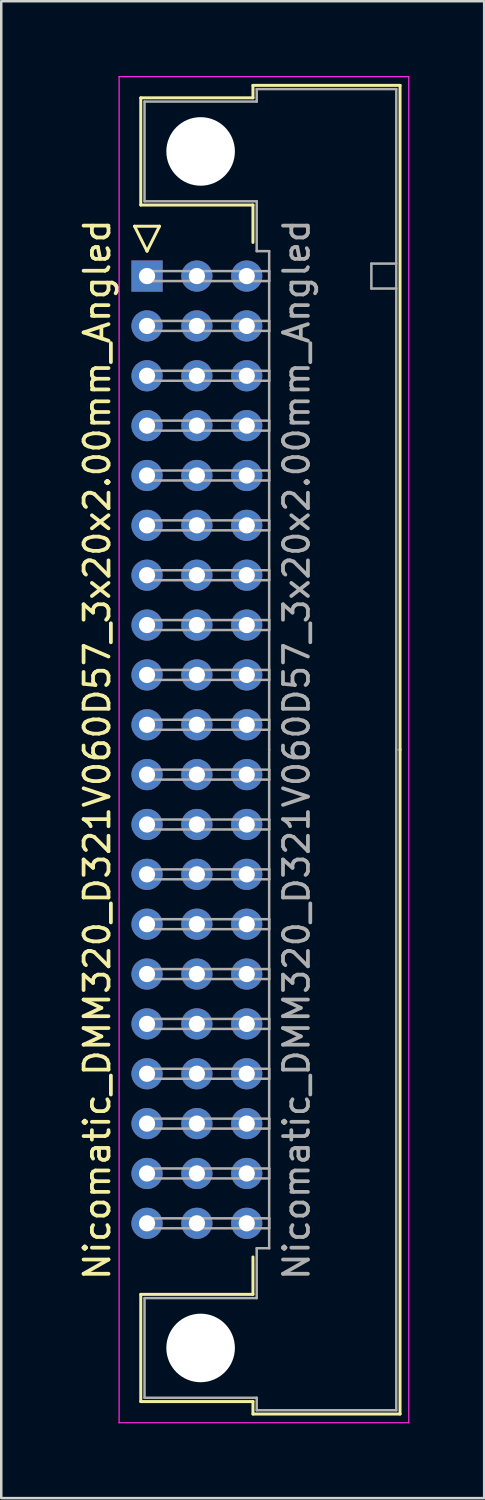
<source format=kicad_pcb>
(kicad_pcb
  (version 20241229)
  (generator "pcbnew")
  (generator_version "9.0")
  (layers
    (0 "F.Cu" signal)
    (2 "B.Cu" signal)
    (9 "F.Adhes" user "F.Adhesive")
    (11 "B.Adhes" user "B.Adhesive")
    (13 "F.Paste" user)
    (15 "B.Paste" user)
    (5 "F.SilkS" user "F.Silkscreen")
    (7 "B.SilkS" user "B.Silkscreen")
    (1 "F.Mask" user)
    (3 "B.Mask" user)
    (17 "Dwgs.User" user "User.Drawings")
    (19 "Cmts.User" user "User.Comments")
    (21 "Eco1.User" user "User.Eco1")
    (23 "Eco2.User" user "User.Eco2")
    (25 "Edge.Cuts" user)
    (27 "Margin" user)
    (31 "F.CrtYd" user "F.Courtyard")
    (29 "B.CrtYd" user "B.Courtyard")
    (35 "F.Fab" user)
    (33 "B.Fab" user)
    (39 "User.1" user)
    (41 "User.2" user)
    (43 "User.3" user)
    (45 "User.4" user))
  (footprint "Nicomatic_DMM320_D321V060D57_3x20x2.00mm_Angled"
    (layer "F.Cu")
    (at 2.848 8.025)
    (property "Reference" "Nicomatic_DMM320_D321V060D57_3x20x2.00mm_Angled" (at -2 19 90) (layer "F.SilkS") (effects (font (size 1 1) (thickness 0.15))))
    (attr through_hole)
    (fp_line (start -0.5 -2) (end 0 -1) (stroke (width 0.12) (type solid)) (layer "F.SilkS"))
    (fp_line (start -0.25 -7.15) (end -0.25 -2.85) (stroke (width 0.12) (type solid)) (layer "F.SilkS"))
    (fp_line (start -0.25 -2.85) (end 4.25 -2.85) (stroke (width 0.12) (type solid)) (layer "F.SilkS"))
    (fp_line (start -0.25 40.85) (end 4.25 40.85) (stroke (width 0.12) (type solid)) (layer "F.SilkS"))
    (fp_line (start -0.25 45.15) (end -0.25 40.85) (stroke (width 0.12) (type solid)) (layer "F.SilkS"))
    (fp_line (start 0 -1) (end 0.5 -2) (stroke (width 0.12) (type solid)) (layer "F.SilkS"))
    (fp_line (start 0.5 -2) (end -0.5 -2) (stroke (width 0.12) (type solid)) (layer "F.SilkS"))
    (fp_line (start 4.25 -7.65) (end 4.25 -7.15) (stroke (width 0.12) (type solid)) (layer "F.SilkS"))
    (fp_line (start 4.25 -7.15) (end -0.25 -7.15) (stroke (width 0.12) (type solid)) (layer "F.SilkS"))
    (fp_line (start 4.25 -2.85) (end 4.25 -1.35) (stroke (width 0.12) (type solid)) (layer "F.SilkS"))
    (fp_line (start 4.25 40.85) (end 4.25 39.35) (stroke (width 0.12) (type solid)) (layer "F.SilkS"))
    (fp_line (start 4.25 45.15) (end -0.25 45.15) (stroke (width 0.12) (type solid)) (layer "F.SilkS"))
    (fp_line (start 4.25 45.65) (end 4.25 45.15) (stroke (width 0.12) (type solid)) (layer "F.SilkS"))
    (fp_line (start 10.15 -7.65) (end 4.25 -7.65) (stroke (width 0.12) (type solid)) (layer "F.SilkS"))
    (fp_line (start 10.15 19) (end 10.15 -7.65) (stroke (width 0.12) (type solid)) (layer "F.SilkS"))
    (fp_line (start 10.15 19) (end 10.15 45.65) (stroke (width 0.12) (type solid)) (layer "F.SilkS"))
    (fp_line (start 10.15 45.65) (end 4.25 45.65) (stroke (width 0.12) (type solid)) (layer "F.SilkS"))
    (fp_line (start -1.12 -8) (end -1.12 46) (stroke (width 0.05) (type solid)) (layer "F.CrtYd"))
    (fp_line (start -1.12 46) (end 10.5 46) (stroke (width 0.05) (type solid)) (layer "F.CrtYd"))
    (fp_line (start 10.5 -8) (end -1.12 -8) (stroke (width 0.05) (type solid)) (layer "F.CrtYd"))
    (fp_line (start 10.5 46) (end 10.5 -8) (stroke (width 0.05) (type solid)) (layer "F.CrtYd"))
    (fp_line (start -0.1 -7) (end -0.1 -3) (stroke (width 0.1) (type solid)) (layer "F.Fab"))
    (fp_line (start -0.1 -3) (end 4.4 -3) (stroke (width 0.1) (type solid)) (layer "F.Fab"))
    (fp_line (start -0.1 41) (end 4.4 41) (stroke (width 0.1) (type solid)) (layer "F.Fab"))
    (fp_line (start -0.1 45) (end -0.1 41) (stroke (width 0.1) (type solid)) (layer "F.Fab"))
    (fp_line (start 0 -0.2) (end 0 0.2) (stroke (width 0.1) (type solid)) (layer "F.Fab"))
    (fp_line (start 0 0.2) (end 4.9 0.2) (stroke (width 0.1) (type solid)) (layer "F.Fab"))
    (fp_line (start 0 1.8) (end 0 2.2) (stroke (width 0.1) (type solid)) (layer "F.Fab"))
    (fp_line (start 0 2.2) (end 4.9 2.2) (stroke (width 0.1) (type solid)) (layer "F.Fab"))
    (fp_line (start 0 3.8) (end 0 4.2) (stroke (width 0.1) (type solid)) (layer "F.Fab"))
    (fp_line (start 0 4.2) (end 4.9 4.2) (stroke (width 0.1) (type solid)) (layer "F.Fab"))
    (fp_line (start 0 5.8) (end 0 6.2) (stroke (width 0.1) (type solid)) (layer "F.Fab"))
    (fp_line (start 0 6.2) (end 4.9 6.2) (stroke (width 0.1) (type solid)) (layer "F.Fab"))
    (fp_line (start 0 7.8) (end 0 8.2) (stroke (width 0.1) (type solid)) (layer "F.Fab"))
    (fp_line (start 0 8.2) (end 4.9 8.2) (stroke (width 0.1) (type solid)) (layer "F.Fab"))
    (fp_line (start 0 9.8) (end 0 10.2) (stroke (width 0.1) (type solid)) (layer "F.Fab"))
    (fp_line (start 0 10.2) (end 4.9 10.2) (stroke (width 0.1) (type solid)) (layer "F.Fab"))
    (fp_line (start 0 11.8) (end 0 12.2) (stroke (width 0.1) (type solid)) (layer "F.Fab"))
    (fp_line (start 0 12.2) (end 4.9 12.2) (stroke (width 0.1) (type solid)) (layer "F.Fab"))
    (fp_line (start 0 13.8) (end 0 14.2) (stroke (width 0.1) (type solid)) (layer "F.Fab"))
    (fp_line (start 0 14.2) (end 4.9 14.2) (stroke (width 0.1) (type solid)) (layer "F.Fab"))
    (fp_line (start 0 15.8) (end 0 16.2) (stroke (width 0.1) (type solid)) (layer "F.Fab"))
    (fp_line (start 0 16.2) (end 4.9 16.2) (stroke (width 0.1) (type solid)) (layer "F.Fab"))
    (fp_line (start 0 17.8) (end 0 18.2) (stroke (width 0.1) (type solid)) (layer "F.Fab"))
    (fp_line (start 0 18.2) (end 4.9 18.2) (stroke (width 0.1) (type solid)) (layer "F.Fab"))
    (fp_line (start 0 19.8) (end 0 20.2) (stroke (width 0.1) (type solid)) (layer "F.Fab"))
    (fp_line (start 0 20.2) (end 4.9 20.2) (stroke (width 0.1) (type solid)) (layer "F.Fab"))
    (fp_line (start 0 21.8) (end 0 22.2) (stroke (width 0.1) (type solid)) (layer "F.Fab"))
    (fp_line (start 0 22.2) (end 4.9 22.2) (stroke (width 0.1) (type solid)) (layer "F.Fab"))
    (fp_line (start 0 23.8) (end 0 24.2) (stroke (width 0.1) (type solid)) (layer "F.Fab"))
    (fp_line (start 0 24.2) (end 4.9 24.2) (stroke (width 0.1) (type solid)) (layer "F.Fab"))
    (fp_line (start 0 25.8) (end 0 26.2) (stroke (width 0.1) (type solid)) (layer "F.Fab"))
    (fp_line (start 0 26.2) (end 4.9 26.2) (stroke (width 0.1) (type solid)) (layer "F.Fab"))
    (fp_line (start 0 27.8) (end 0 28.2) (stroke (width 0.1) (type solid)) (layer "F.Fab"))
    (fp_line (start 0 28.2) (end 4.9 28.2) (stroke (width 0.1) (type solid)) (layer "F.Fab"))
    (fp_line (start 0 29.8) (end 0 30.2) (stroke (width 0.1) (type solid)) (layer "F.Fab"))
    (fp_line (start 0 30.2) (end 4.9 30.2) (stroke (width 0.1) (type solid)) (layer "F.Fab"))
    (fp_line (start 0 31.8) (end 0 32.2) (stroke (width 0.1) (type solid)) (layer "F.Fab"))
    (fp_line (start 0 32.2) (end 4.9 32.2) (stroke (width 0.1) (type solid)) (layer "F.Fab"))
    (fp_line (start 0 33.8) (end 0 34.2) (stroke (width 0.1) (type solid)) (layer "F.Fab"))
    (fp_line (start 0 34.2) (end 4.9 34.2) (stroke (width 0.1) (type solid)) (layer "F.Fab"))
    (fp_line (start 0 35.8) (end 0 36.2) (stroke (width 0.1) (type solid)) (layer "F.Fab"))
    (fp_line (start 0 36.2) (end 4.9 36.2) (stroke (width 0.1) (type solid)) (layer "F.Fab"))
    (fp_line (start 0 37.8) (end 0 38.2) (stroke (width 0.1) (type solid)) (layer "F.Fab"))
    (fp_line (start 0 38.2) (end 4.9 38.2) (stroke (width 0.1) (type solid)) (layer "F.Fab"))
    (fp_line (start 4.4 -7.5) (end 4.4 -7) (stroke (width 0.1) (type solid)) (layer "F.Fab"))
    (fp_line (start 4.4 -7) (end -0.1 -7) (stroke (width 0.1) (type solid)) (layer "F.Fab"))
    (fp_line (start 4.4 -3) (end 4.4 -1) (stroke (width 0.1) (type solid)) (layer "F.Fab"))
    (fp_line (start 4.4 -1) (end 4.9 -1) (stroke (width 0.1) (type solid)) (layer "F.Fab"))
    (fp_line (start 4.4 39) (end 4.9 39) (stroke (width 0.1) (type solid)) (layer "F.Fab"))
    (fp_line (start 4.4 41) (end 4.4 39) (stroke (width 0.1) (type solid)) (layer "F.Fab"))
    (fp_line (start 4.4 45) (end -0.1 45) (stroke (width 0.1) (type solid)) (layer "F.Fab"))
    (fp_line (start 4.4 45.5) (end 4.4 45) (stroke (width 0.1) (type solid)) (layer "F.Fab"))
    (fp_line (start 4.9 -1) (end 4.9 19) (stroke (width 0.1) (type solid)) (layer "F.Fab"))
    (fp_line (start 4.9 -0.2) (end 0 -0.2) (stroke (width 0.1) (type solid)) (layer "F.Fab"))
    (fp_line (start 4.9 0.2) (end 4.9 -0.2) (stroke (width 0.1) (type solid)) (layer "F.Fab"))
    (fp_line (start 4.9 1.8) (end 0 1.8) (stroke (width 0.1) (type solid)) (layer "F.Fab"))
    (fp_line (start 4.9 2.2) (end 4.9 1.8) (stroke (width 0.1) (type solid)) (layer "F.Fab"))
    (fp_line (start 4.9 3.8) (end 0 3.8) (stroke (width 0.1) (type solid)) (layer "F.Fab"))
    (fp_line (start 4.9 4.2) (end 4.9 3.8) (stroke (width 0.1) (type solid)) (layer "F.Fab"))
    (fp_line (start 4.9 5.8) (end 0 5.8) (stroke (width 0.1) (type solid)) (layer "F.Fab"))
    (fp_line (start 4.9 6.2) (end 4.9 5.8) (stroke (width 0.1) (type solid)) (layer "F.Fab"))
    (fp_line (start 4.9 7.8) (end 0 7.8) (stroke (width 0.1) (type solid)) (layer "F.Fab"))
    (fp_line (start 4.9 8.2) (end 4.9 7.8) (stroke (width 0.1) (type solid)) (layer "F.Fab"))
    (fp_line (start 4.9 9.8) (end 0 9.8) (stroke (width 0.1) (type solid)) (layer "F.Fab"))
    (fp_line (start 4.9 10.2) (end 4.9 9.8) (stroke (width 0.1) (type solid)) (layer "F.Fab"))
    (fp_line (start 4.9 11.8) (end 0 11.8) (stroke (width 0.1) (type solid)) (layer "F.Fab"))
    (fp_line (start 4.9 12.2) (end 4.9 11.8) (stroke (width 0.1) (type solid)) (layer "F.Fab"))
    (fp_line (start 4.9 13.8) (end 0 13.8) (stroke (width 0.1) (type solid)) (layer "F.Fab"))
    (fp_line (start 4.9 14.2) (end 4.9 13.8) (stroke (width 0.1) (type solid)) (layer "F.Fab"))
    (fp_line (start 4.9 15.8) (end 0 15.8) (stroke (width 0.1) (type solid)) (layer "F.Fab"))
    (fp_line (start 4.9 16.2) (end 4.9 15.8) (stroke (width 0.1) (type solid)) (layer "F.Fab"))
    (fp_line (start 4.9 17.8) (end 0 17.8) (stroke (width 0.1) (type solid)) (layer "F.Fab"))
    (fp_line (start 4.9 18.2) (end 4.9 17.8) (stroke (width 0.1) (type solid)) (layer "F.Fab"))
    (fp_line (start 4.9 19.8) (end 0 19.8) (stroke (width 0.1) (type solid)) (layer "F.Fab"))
    (fp_line (start 4.9 20.2) (end 4.9 19.8) (stroke (width 0.1) (type solid)) (layer "F.Fab"))
    (fp_line (start 4.9 21.8) (end 0 21.8) (stroke (width 0.1) (type solid)) (layer "F.Fab"))
    (fp_line (start 4.9 22.2) (end 4.9 21.8) (stroke (width 0.1) (type solid)) (layer "F.Fab"))
    (fp_line (start 4.9 23.8) (end 0 23.8) (stroke (width 0.1) (type solid)) (layer "F.Fab"))
    (fp_line (start 4.9 24.2) (end 4.9 23.8) (stroke (width 0.1) (type solid)) (layer "F.Fab"))
    (fp_line (start 4.9 25.8) (end 0 25.8) (stroke (width 0.1) (type solid)) (layer "F.Fab"))
    (fp_line (start 4.9 26.2) (end 4.9 25.8) (stroke (width 0.1) (type solid)) (layer "F.Fab"))
    (fp_line (start 4.9 27.8) (end 0 27.8) (stroke (width 0.1) (type solid)) (layer "F.Fab"))
    (fp_line (start 4.9 28.2) (end 4.9 27.8) (stroke (width 0.1) (type solid)) (layer "F.Fab"))
    (fp_line (start 4.9 29.8) (end 0 29.8) (stroke (width 0.1) (type solid)) (layer "F.Fab"))
    (fp_line (start 4.9 30.2) (end 4.9 29.8) (stroke (width 0.1) (type solid)) (layer "F.Fab"))
    (fp_line (start 4.9 31.8) (end 0 31.8) (stroke (width 0.1) (type solid)) (layer "F.Fab"))
    (fp_line (start 4.9 32.2) (end 4.9 31.8) (stroke (width 0.1) (type solid)) (layer "F.Fab"))
    (fp_line (start 4.9 33.8) (end 0 33.8) (stroke (width 0.1) (type solid)) (layer "F.Fab"))
    (fp_line (start 4.9 34.2) (end 4.9 33.8) (stroke (width 0.1) (type solid)) (layer "F.Fab"))
    (fp_line (start 4.9 35.8) (end 0 35.8) (stroke (width 0.1) (type solid)) (layer "F.Fab"))
    (fp_line (start 4.9 36.2) (end 4.9 35.8) (stroke (width 0.1) (type solid)) (layer "F.Fab"))
    (fp_line (start 4.9 37.8) (end 0 37.8) (stroke (width 0.1) (type solid)) (layer "F.Fab"))
    (fp_line (start 4.9 38.2) (end 4.9 37.8) (stroke (width 0.1) (type solid)) (layer "F.Fab"))
    (fp_line (start 4.9 39) (end 4.9 19) (stroke (width 0.1) (type solid)) (layer "F.Fab"))
    (fp_line (start 9 -0.5) (end 9 0.5) (stroke (width 0.1) (type solid)) (layer "F.Fab"))
    (fp_line (start 9 0.5) (end 10 0.5) (stroke (width 0.1) (type solid)) (layer "F.Fab"))
    (fp_line (start 10 -7.5) (end 4.4 -7.5) (stroke (width 0.1) (type solid)) (layer "F.Fab"))
    (fp_line (start 10 -0.5) (end 9 -0.5) (stroke (width 0.1) (type solid)) (layer "F.Fab"))
    (fp_line (start 10 19) (end 10 -7.5) (stroke (width 0.1) (type solid)) (layer "F.Fab"))
    (fp_line (start 10 19) (end 10 45.5) (stroke (width 0.1) (type solid)) (layer "F.Fab"))
    (fp_line (start 10 45.5) (end 4.4 45.5) (stroke (width 0.1) (type solid)) (layer "F.Fab"))
    (fp_text user "${REFERENCE}" (at 6 19 90) (layer "F.Fab") (effects (font (size 1 1) (thickness 0.15))))
    (pad "" np_thru_hole circle (at 2.15 -5) (size 2.75 2.75) (drill 2.75) (layers "*.Cu" "*.Mask"))
    (pad "" np_thru_hole circle (at 2.15 43) (size 2.75 2.75) (drill 2.75) (layers "*.Cu" "*.Mask"))
    (pad "1" thru_hole rect (at 0 0) (size 1.25 1.25) (drill 0.65) (layers "*.Cu" "*.Mask"))
    (pad "2" thru_hole oval (at 0 2) (size 1.25 1.25) (drill 0.65) (layers "*.Cu" "*.Mask"))
    (pad "3" thru_hole oval (at 0 4) (size 1.25 1.25) (drill 0.65) (layers "*.Cu" "*.Mask"))
    (pad "4" thru_hole oval (at 0 6) (size 1.25 1.25) (drill 0.65) (layers "*.Cu" "*.Mask"))
    (pad "5" thru_hole oval (at 0 8) (size 1.25 1.25) (drill 0.65) (layers "*.Cu" "*.Mask"))
    (pad "6" thru_hole oval (at 0 10) (size 1.25 1.25) (drill 0.65) (layers "*.Cu" "*.Mask"))
    (pad "7" thru_hole oval (at 0 12) (size 1.25 1.25) (drill 0.65) (layers "*.Cu" "*.Mask"))
    (pad "8" thru_hole oval (at 0 14) (size 1.25 1.25) (drill 0.65) (layers "*.Cu" "*.Mask"))
    (pad "9" thru_hole oval (at 0 16) (size 1.25 1.25) (drill 0.65) (layers "*.Cu" "*.Mask"))
    (pad "10" thru_hole oval (at 0 18) (size 1.25 1.25) (drill 0.65) (layers "*.Cu" "*.Mask"))
    (pad "11" thru_hole oval (at 0 20) (size 1.25 1.25) (drill 0.65) (layers "*.Cu" "*.Mask"))
    (pad "12" thru_hole oval (at 0 22) (size 1.25 1.25) (drill 0.65) (layers "*.Cu" "*.Mask"))
    (pad "13" thru_hole oval (at 0 24) (size 1.25 1.25) (drill 0.65) (layers "*.Cu" "*.Mask"))
    (pad "14" thru_hole oval (at 0 26) (size 1.25 1.25) (drill 0.65) (layers "*.Cu" "*.Mask"))
    (pad "15" thru_hole oval (at 0 28) (size 1.25 1.25) (drill 0.65) (layers "*.Cu" "*.Mask"))
    (pad "16" thru_hole oval (at 0 30) (size 1.25 1.25) (drill 0.65) (layers "*.Cu" "*.Mask"))
    (pad "17" thru_hole oval (at 0 32) (size 1.25 1.25) (drill 0.65) (layers "*.Cu" "*.Mask"))
    (pad "18" thru_hole oval (at 0 34) (size 1.25 1.25) (drill 0.65) (layers "*.Cu" "*.Mask"))
    (pad "19" thru_hole oval (at 0 36) (size 1.25 1.25) (drill 0.65) (layers "*.Cu" "*.Mask"))
    (pad "20" thru_hole oval (at 0 38) (size 1.25 1.25) (drill 0.65) (layers "*.Cu" "*.Mask"))
    (pad "21" thru_hole oval (at 2 0) (size 1.25 1.25) (drill 0.65) (layers "*.Cu" "*.Mask"))
    (pad "22" thru_hole oval (at 2 2) (size 1.25 1.25) (drill 0.65) (layers "*.Cu" "*.Mask"))
    (pad "23" thru_hole oval (at 2 4) (size 1.25 1.25) (drill 0.65) (layers "*.Cu" "*.Mask"))
    (pad "24" thru_hole oval (at 2 6) (size 1.25 1.25) (drill 0.65) (layers "*.Cu" "*.Mask"))
    (pad "25" thru_hole oval (at 2 8) (size 1.25 1.25) (drill 0.65) (layers "*.Cu" "*.Mask"))
    (pad "26" thru_hole oval (at 2 10) (size 1.25 1.25) (drill 0.65) (layers "*.Cu" "*.Mask"))
    (pad "27" thru_hole oval (at 2 12) (size 1.25 1.25) (drill 0.65) (layers "*.Cu" "*.Mask"))
    (pad "28" thru_hole oval (at 2 14) (size 1.25 1.25) (drill 0.65) (layers "*.Cu" "*.Mask"))
    (pad "29" thru_hole oval (at 2 16) (size 1.25 1.25) (drill 0.65) (layers "*.Cu" "*.Mask"))
    (pad "30" thru_hole oval (at 2 18) (size 1.25 1.25) (drill 0.65) (layers "*.Cu" "*.Mask"))
    (pad "31" thru_hole oval (at 2 20) (size 1.25 1.25) (drill 0.65) (layers "*.Cu" "*.Mask"))
    (pad "32" thru_hole oval (at 2 22) (size 1.25 1.25) (drill 0.65) (layers "*.Cu" "*.Mask"))
    (pad "33" thru_hole oval (at 2 24) (size 1.25 1.25) (drill 0.65) (layers "*.Cu" "*.Mask"))
    (pad "34" thru_hole oval (at 2 26) (size 1.25 1.25) (drill 0.65) (layers "*.Cu" "*.Mask"))
    (pad "35" thru_hole oval (at 2 28) (size 1.25 1.25) (drill 0.65) (layers "*.Cu" "*.Mask"))
    (pad "36" thru_hole oval (at 2 30) (size 1.25 1.25) (drill 0.65) (layers "*.Cu" "*.Mask"))
    (pad "37" thru_hole oval (at 2 32) (size 1.25 1.25) (drill 0.65) (layers "*.Cu" "*.Mask"))
    (pad "38" thru_hole oval (at 2 34) (size 1.25 1.25) (drill 0.65) (layers "*.Cu" "*.Mask"))
    (pad "39" thru_hole oval (at 2 36) (size 1.25 1.25) (drill 0.65) (layers "*.Cu" "*.Mask"))
    (pad "40" thru_hole oval (at 2 38) (size 1.25 1.25) (drill 0.65) (layers "*.Cu" "*.Mask"))
    (pad "41" thru_hole oval (at 4 0) (size 1.25 1.25) (drill 0.65) (layers "*.Cu" "*.Mask"))
    (pad "42" thru_hole oval (at 4 2) (size 1.25 1.25) (drill 0.65) (layers "*.Cu" "*.Mask"))
    (pad "43" thru_hole oval (at 4 4) (size 1.25 1.25) (drill 0.65) (layers "*.Cu" "*.Mask"))
    (pad "44" thru_hole oval (at 4 6) (size 1.25 1.25) (drill 0.65) (layers "*.Cu" "*.Mask"))
    (pad "45" thru_hole oval (at 4 8) (size 1.25 1.25) (drill 0.65) (layers "*.Cu" "*.Mask"))
    (pad "46" thru_hole oval (at 4 10) (size 1.25 1.25) (drill 0.65) (layers "*.Cu" "*.Mask"))
    (pad "47" thru_hole oval (at 4 12) (size 1.25 1.25) (drill 0.65) (layers "*.Cu" "*.Mask"))
    (pad "48" thru_hole oval (at 4 14) (size 1.25 1.25) (drill 0.65) (layers "*.Cu" "*.Mask"))
    (pad "49" thru_hole oval (at 4 16) (size 1.25 1.25) (drill 0.65) (layers "*.Cu" "*.Mask"))
    (pad "50" thru_hole oval (at 4 18) (size 1.25 1.25) (drill 0.65) (layers "*.Cu" "*.Mask"))
    (pad "51" thru_hole oval (at 4 20) (size 1.25 1.25) (drill 0.65) (layers "*.Cu" "*.Mask"))
    (pad "52" thru_hole oval (at 4 22) (size 1.25 1.25) (drill 0.65) (layers "*.Cu" "*.Mask"))
    (pad "53" thru_hole oval (at 4 24) (size 1.25 1.25) (drill 0.65) (layers "*.Cu" "*.Mask"))
    (pad "54" thru_hole oval (at 4 26) (size 1.25 1.25) (drill 0.65) (layers "*.Cu" "*.Mask"))
    (pad "55" thru_hole oval (at 4 28) (size 1.25 1.25) (drill 0.65) (layers "*.Cu" "*.Mask"))
    (pad "56" thru_hole oval (at 4 30) (size 1.25 1.25) (drill 0.65) (layers "*.Cu" "*.Mask"))
    (pad "57" thru_hole oval (at 4 32) (size 1.25 1.25) (drill 0.65) (layers "*.Cu" "*.Mask"))
    (pad "58" thru_hole oval (at 4 34) (size 1.25 1.25) (drill 0.65) (layers "*.Cu" "*.Mask"))
    (pad "59" thru_hole oval (at 4 36) (size 1.25 1.25) (drill 0.65) (layers "*.Cu" "*.Mask"))
    (pad "60" thru_hole oval (at 4 38) (size 1.25 1.25) (drill 0.65) (layers "*.Cu" "*.Mask")))
  (gr_rect
    (start -3 -3)
    (end 16.373 57.05)
    (stroke (width 0.1) (type default))
    (fill no)
    (layer "Edge.Cuts")))
</source>
